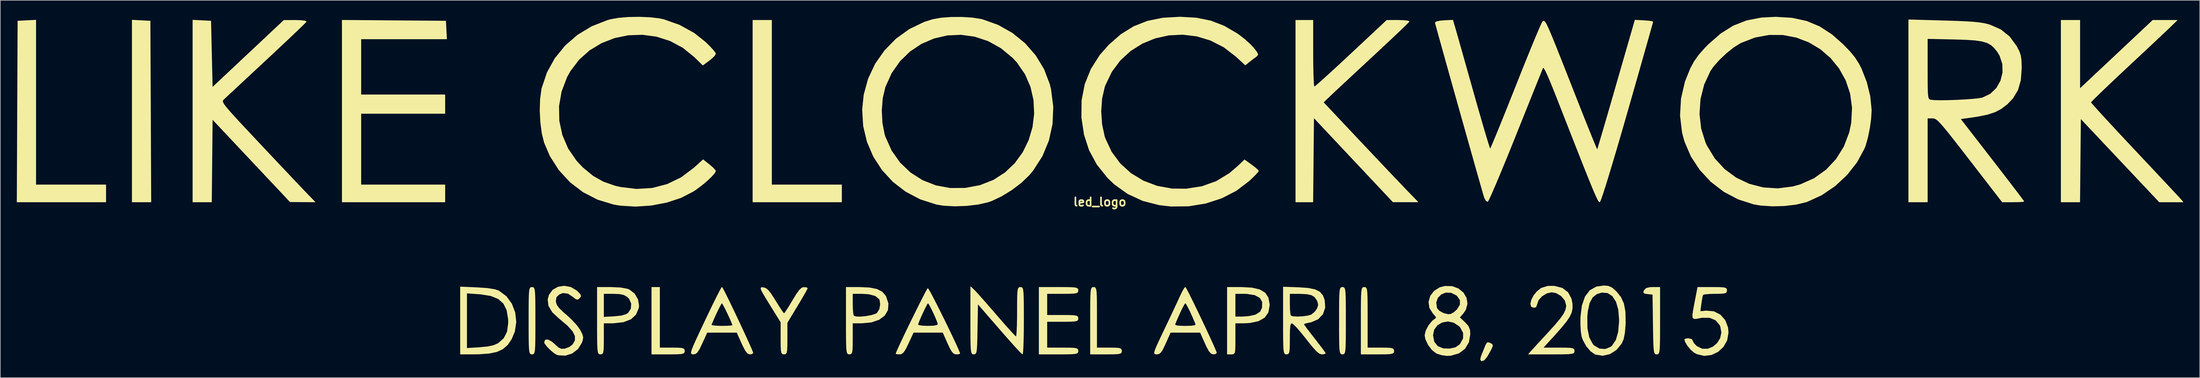
<source format=kicad_pcb>
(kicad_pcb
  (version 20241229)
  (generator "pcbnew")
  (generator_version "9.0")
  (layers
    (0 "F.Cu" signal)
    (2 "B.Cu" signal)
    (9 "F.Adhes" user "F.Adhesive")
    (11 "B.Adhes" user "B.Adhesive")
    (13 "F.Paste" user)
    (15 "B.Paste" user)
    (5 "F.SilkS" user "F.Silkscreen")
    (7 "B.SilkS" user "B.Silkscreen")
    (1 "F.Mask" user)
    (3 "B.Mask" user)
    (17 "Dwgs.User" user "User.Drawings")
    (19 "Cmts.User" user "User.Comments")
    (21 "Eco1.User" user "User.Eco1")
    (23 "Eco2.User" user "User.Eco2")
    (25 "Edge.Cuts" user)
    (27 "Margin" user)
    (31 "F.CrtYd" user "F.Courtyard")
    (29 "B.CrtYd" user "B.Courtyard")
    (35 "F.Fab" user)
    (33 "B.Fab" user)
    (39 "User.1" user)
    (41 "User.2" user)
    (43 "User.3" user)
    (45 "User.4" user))
  (footprint "led_logo"
    (layer "F.Cu")
    (at 196.481 33.658)
    (property "Reference" "led_logo" (at 0 0 0) (layer "F.SilkS") (effects (font (size 1.524 1.524) (thickness 0.3))))
    (attr through_hole)
    (fp_poly (pts (xy -172.151 0) (xy -173.847 0) (xy -175.542 0) (xy -175.542 -16.524) (xy -175.542 -33.048) (xy -173.919 -32.964) (xy -172.297 -32.879) (xy -172.224 -16.439) (xy -172.151 0)) (stroke (width 0.1) (type solid)) (fill yes) (layer "F.SilkS"))
    (fp_poly (pts (xy -180.34 0) (xy -188.386 0) (xy -196.431 0) (xy -196.358 -16.439) (xy -196.286 -32.879) (xy -194.663 -32.964) (xy -193.04 -33.048) (xy -193.04 -18.076) (xy -193.04 -3.104) (xy -186.69 -3.104) (xy -180.34 -3.104) (xy -180.34 -1.552) (xy -180.34 0)) (stroke (width 0.1) (type solid)) (fill yes) (layer "F.SilkS"))
    (fp_poly (pts (xy -46.849 0) (xy -54.892 0) (xy -62.936 0) (xy -62.936 -16.51) (xy -62.936 -33.02) (xy -61.242 -33.02) (xy -59.549 -33.02) (xy -59.549 -18.062) (xy -59.549 -3.104) (xy -53.199 -3.104) (xy -46.849 -3.104) (xy -46.849 -1.552) (xy -46.849 0)) (stroke (width 0.1) (type solid)) (fill yes) (layer "F.SilkS"))
    (fp_poly (pts (xy 71.255 26.156) (xy 71.063 26.638) (xy 70.86 27.033) (xy 70.22 28.147) (xy 69.706 28.755) (xy 69.287 28.894) (xy 69.236 28.879) (xy 69.074 28.634) (xy 69.204 28.059) (xy 69.34 27.712) (xy 69.693 26.855) (xy 69.989 26.109) (xy 70.022 26.024) (xy 70.284 25.577) (xy 70.669 25.599) (xy 70.836 25.681) (xy 71.18 25.898) (xy 71.255 26.156)) (stroke (width 0.1) (type solid)) (fill yes) (layer "F.SilkS"))
    (fp_poly (pts (xy -75.353 27.093) (xy -75.39 27.345) (xy -75.568 27.508) (xy -75.987 27.602) (xy -76.746 27.646) (xy -77.945 27.657) (xy -78.317 27.658) (xy -81.28 27.658) (xy -81.28 21.59) (xy -81.28 15.522) (xy -80.574 15.522) (xy -79.869 15.522) (xy -79.869 21.026) (xy -79.869 26.529) (xy -77.611 26.529) (xy -76.486 26.541) (xy -75.812 26.595) (xy -75.475 26.72) (xy -75.362 26.945) (xy -75.353 27.093)) (stroke (width 0.1) (type solid)) (fill yes) (layer "F.SilkS"))
    (fp_poly (pts (xy -118.505 -29.633) (xy -126.28 -29.633) (xy -134.056 -29.633) (xy -134.056 -24.553) (xy -134.056 -19.473) (xy -126.436 -19.473) (xy -118.816 -19.473) (xy -118.816 -17.78) (xy -118.816 -16.087) (xy -126.436 -16.087) (xy -134.056 -16.087) (xy -134.056 -9.596) (xy -134.056 -3.104) (xy -126.436 -3.104) (xy -118.816 -3.104) (xy -118.816 -1.552) (xy -118.816 0) (xy -128.129 0) (xy -137.442 0) (xy -137.442 -16.514) (xy -137.442 -33.028) (xy -128.058 -32.953) (xy -118.674 -32.879) (xy -118.59 -31.256) (xy -118.505 -29.633)) (stroke (width 0.1) (type solid)) (fill yes) (layer "F.SilkS"))
    (fp_poly (pts (xy 101.6 21.59) (xy 101.598 23.588) (xy 101.588 25.091) (xy 101.562 26.17) (xy 101.516 26.895) (xy 101.441 27.336) (xy 101.333 27.563) (xy 101.184 27.647) (xy 101.042 27.658) (xy 100.848 27.632) (xy 100.704 27.506) (xy 100.6 27.205) (xy 100.528 26.656) (xy 100.479 25.783) (xy 100.444 24.514) (xy 100.415 22.775) (xy 100.407 22.225) (xy 100.33 16.792) (xy 99.412 16.704) (xy 98.808 16.603) (xy 98.656 16.393) (xy 98.787 16.069) (xy 99.149 15.699) (xy 99.816 15.541) (xy 100.34 15.522) (xy 101.6 15.522) (xy 101.6 21.59)) (stroke (width 0.1) (type solid)) (fill yes) (layer "F.SilkS"))
    (fp_poly (pts (xy 3.951 27.093) (xy 3.912 27.35) (xy 3.728 27.515) (xy 3.296 27.607) (xy 2.514 27.648) (xy 1.28 27.658) (xy 1.129 27.658) (xy -1.693 27.658) (xy -1.693 21.59) (xy -1.691 19.593) (xy -1.681 18.09) (xy -1.656 17.011) (xy -1.61 16.286) (xy -1.536 15.845) (xy -1.427 15.617) (xy -1.278 15.533) (xy -1.129 15.522) (xy -0.935 15.545) (xy -0.792 15.662) (xy -0.691 15.947) (xy -0.625 16.474) (xy -0.587 17.316) (xy -0.57 18.547) (xy -0.565 20.24) (xy -0.564 21.026) (xy -0.564 26.529) (xy 1.693 26.529) (xy 2.818 26.541) (xy 3.492 26.595) (xy 3.829 26.72) (xy 3.943 26.945) (xy 3.951 27.093)) (stroke (width 0.1) (type solid)) (fill yes) (layer "F.SilkS"))
    (fp_poly (pts (xy 53.34 27.093) (xy 53.303 27.345) (xy 53.125 27.508) (xy 52.706 27.602) (xy 51.947 27.646) (xy 50.748 27.657) (xy 50.377 27.658) (xy 47.413 27.658) (xy 47.413 21.59) (xy 47.415 19.593) (xy 47.426 18.09) (xy 47.451 17.011) (xy 47.497 16.286) (xy 47.571 15.845) (xy 47.68 15.617) (xy 47.829 15.533) (xy 47.978 15.522) (xy 48.172 15.545) (xy 48.315 15.662) (xy 48.416 15.947) (xy 48.481 16.474) (xy 48.519 17.316) (xy 48.537 18.547) (xy 48.542 20.24) (xy 48.542 21.026) (xy 48.542 26.529) (xy 50.941 26.529) (xy 52.108 26.539) (xy 52.82 26.588) (xy 53.189 26.701) (xy 53.325 26.905) (xy 53.34 27.093)) (stroke (width 0.1) (type solid)) (fill yes) (layer "F.SilkS"))
    (fp_poly (pts (xy -102.447 21.59) (xy -102.449 23.587) (xy -102.459 25.09) (xy -102.484 26.169) (xy -102.53 26.894) (xy -102.604 27.335) (xy -102.713 27.563) (xy -102.862 27.647) (xy -103.011 27.658) (xy -103.197 27.637) (xy -103.337 27.527) (xy -103.437 27.258) (xy -103.504 26.76) (xy -103.546 25.963) (xy -103.567 24.796) (xy -103.575 23.189) (xy -103.576 21.59) (xy -103.574 19.593) (xy -103.563 18.09) (xy -103.538 17.011) (xy -103.492 16.286) (xy -103.418 15.845) (xy -103.309 15.617) (xy -103.16 15.533) (xy -103.011 15.522) (xy -102.825 15.543) (xy -102.686 15.653) (xy -102.585 15.922) (xy -102.518 16.42) (xy -102.477 17.217) (xy -102.456 18.384) (xy -102.448 19.991) (xy -102.447 21.59)) (stroke (width 0.1) (type solid)) (fill yes) (layer "F.SilkS"))
    (fp_poly (pts (xy 44.591 21.59) (xy 44.589 23.587) (xy 44.579 25.09) (xy 44.554 26.169) (xy 44.508 26.894) (xy 44.433 27.335) (xy 44.325 27.563) (xy 44.175 27.647) (xy 44.027 27.658) (xy 43.841 27.637) (xy 43.701 27.527) (xy 43.601 27.258) (xy 43.533 26.76) (xy 43.492 25.963) (xy 43.471 24.796) (xy 43.463 23.189) (xy 43.462 21.59) (xy 43.464 19.593) (xy 43.474 18.09) (xy 43.499 17.011) (xy 43.546 16.286) (xy 43.62 15.845) (xy 43.728 15.617) (xy 43.878 15.533) (xy 44.027 15.522) (xy 44.212 15.543) (xy 44.352 15.653) (xy 44.453 15.922) (xy 44.52 16.42) (xy 44.561 17.217) (xy 44.582 18.384) (xy 44.59 19.991) (xy 44.591 21.59)) (stroke (width 0.1) (type solid)) (fill yes) (layer "F.SilkS"))
    (fp_poly (pts (xy -105.918 21.826) (xy -106.174 23.557) (xy -106.759 24.95) (xy -107.278 25.7) (xy -107.278 22.014) (xy -107.298 21.274) (xy -107.561 19.677) (xy -108.151 18.465) (xy -109.116 17.599) (xy -110.501 17.039) (xy -112.353 16.744) (xy -112.608 16.725) (xy -114.864 16.57) (xy -114.864 21.589) (xy -114.864 26.608) (xy -112.48 26.46) (xy -111.001 26.316) (xy -109.936 26.081) (xy -109.14 25.72) (xy -109.124 25.71) (xy -108.1 24.806) (xy -107.492 23.59) (xy -107.278 22.014) (xy -107.278 25.7) (xy -107.466 25.973) (xy -108.315 26.715) (xy -109.398 27.216) (xy -110.81 27.511) (xy -112.642 27.639) (xy -113.524 27.651) (xy -115.993 27.658) (xy -115.993 21.554) (xy -115.993 15.45) (xy -112.959 15.579) (xy -111.078 15.711) (xy -109.745 15.925) (xy -109.05 16.165) (xy -107.701 17.169) (xy -106.71 18.521) (xy -106.106 20.11) (xy -105.918 21.826)) (stroke (width 0.1) (type solid)) (fill yes) (layer "F.SilkS"))
    (fp_poly (pts (xy 30.762 18.793) (xy 30.544 20.057) (xy 29.881 21.002) (xy 29.511 21.211) (xy 29.511 18.175) (xy 29.063 17.397) (xy 28.132 16.897) (xy 26.711 16.668) (xy 26.087 16.651) (xy 24.553 16.651) (xy 24.553 18.768) (xy 24.553 20.884) (xy 25.974 20.884) (xy 27.035 20.802) (xy 28.036 20.594) (xy 28.344 20.487) (xy 29.118 19.988) (xy 29.481 19.241) (xy 29.483 19.234) (xy 29.511 18.175) (xy 29.511 21.211) (xy 28.765 21.633) (xy 27.183 21.96) (xy 26.035 22.012) (xy 24.553 22.013) (xy 24.553 24.836) (xy 24.549 26.116) (xy 24.519 26.936) (xy 24.437 27.397) (xy 24.279 27.602) (xy 24.017 27.656) (xy 23.848 27.658) (xy 23.142 27.658) (xy 23.142 21.59) (xy 23.142 15.522) (xy 25.696 15.522) (xy 27.594 15.626) (xy 29.006 15.956) (xy 29.976 16.539) (xy 30.545 17.404) (xy 30.758 18.578) (xy 30.762 18.793)) (stroke (width 0.1) (type solid)) (fill yes) (layer "F.SilkS"))
    (fp_poly (pts (xy -83.64 18.888) (xy -83.69 19.275) (xy -84.179 20.45) (xy -84.966 21.177) (xy -84.966 18.466) (xy -85.345 17.59) (xy -85.693 17.236) (xy -86.306 16.88) (xy -87.107 16.7) (xy -88.233 16.651) (xy -90.029 16.651) (xy -90.029 18.8) (xy -90.029 20.948) (xy -88.074 20.838) (xy -86.781 20.703) (xy -85.931 20.456) (xy -85.534 20.198) (xy -85.025 19.399) (xy -84.966 18.466) (xy -84.966 21.177) (xy -85.089 21.291) (xy -86.436 21.807) (xy -88.24 22.008) (xy -88.547 22.012) (xy -90.029 22.013) (xy -90.029 24.836) (xy -90.037 26.12) (xy -90.073 26.942) (xy -90.16 27.405) (xy -90.316 27.609) (xy -90.563 27.658) (xy -90.593 27.658) (xy -90.779 27.637) (xy -90.919 27.527) (xy -91.019 27.258) (xy -91.087 26.76) (xy -91.128 25.963) (xy -91.149 24.796) (xy -91.157 23.189) (xy -91.158 21.59) (xy -91.158 15.522) (xy -88.731 15.522) (xy -86.955 15.6) (xy -85.708 15.835) (xy -85.366 15.967) (xy -84.432 16.692) (xy -83.825 17.728) (xy -83.64 18.888)) (stroke (width 0.1) (type solid)) (fill yes) (layer "F.SilkS"))
    (fp_poly (pts (xy -53.058 15.693) (xy -53.195 15.987) (xy -53.571 16.664) (xy -54.13 17.628) (xy -54.815 18.781) (xy -54.892 18.909) (xy -56.727 21.954) (xy -56.727 24.806) (xy -56.734 26.098) (xy -56.77 26.928) (xy -56.855 27.397) (xy -57.009 27.606) (xy -57.252 27.657) (xy -57.291 27.658) (xy -57.545 27.62) (xy -57.709 27.439) (xy -57.802 27.014) (xy -57.845 26.245) (xy -57.855 25.03) (xy -57.856 24.76) (xy -57.856 21.862) (xy -59.827 18.674) (xy -60.618 17.387) (xy -61.139 16.507) (xy -61.419 15.958) (xy -61.485 15.668) (xy -61.367 15.562) (xy -61.093 15.567) (xy -61.029 15.574) (xy -60.601 15.708) (xy -60.169 16.062) (xy -59.652 16.726) (xy -58.968 17.789) (xy -58.846 17.99) (xy -58.226 18.986) (xy -57.711 19.769) (xy -57.371 20.235) (xy -57.281 20.318) (xy -57.084 20.091) (xy -56.674 19.479) (xy -56.121 18.587) (xy -55.729 17.926) (xy -55.017 16.76) (xy -54.484 16.024) (xy -54.063 15.639) (xy -53.693 15.527) (xy -53.197 15.588) (xy -53.058 15.693)) (stroke (width 0.1) (type solid)) (fill yes) (layer "F.SilkS"))
    (fp_poly (pts (xy -3.951 27.093) (xy -3.983 27.328) (xy -4.141 27.486) (xy -4.515 27.584) (xy -5.199 27.635) (xy -6.283 27.655) (xy -7.479 27.658) (xy -11.007 27.658) (xy -11.007 21.59) (xy -11.007 15.522) (xy -7.479 15.522) (xy -6.015 15.527) (xy -5.024 15.553) (xy -4.413 15.613) (xy -4.092 15.722) (xy -3.969 15.895) (xy -3.951 16.087) (xy -3.99 16.344) (xy -4.174 16.508) (xy -4.606 16.6) (xy -5.388 16.641) (xy -6.622 16.651) (xy -6.773 16.651) (xy -9.596 16.651) (xy -9.596 18.627) (xy -9.596 20.602) (xy -6.773 20.602) (xy -5.489 20.61) (xy -4.667 20.647) (xy -4.204 20.733) (xy -4 20.89) (xy -3.951 21.136) (xy -3.951 21.167) (xy -3.99 21.424) (xy -4.174 21.588) (xy -4.606 21.68) (xy -5.388 21.721) (xy -6.622 21.731) (xy -6.773 21.731) (xy -9.596 21.731) (xy -9.596 24.13) (xy -9.596 26.529) (xy -6.773 26.529) (xy -5.489 26.537) (xy -4.667 26.573) (xy -4.204 26.66) (xy -4 26.816) (xy -3.951 27.063) (xy -3.951 27.093)) (stroke (width 0.1) (type solid)) (fill yes) (layer "F.SilkS"))
    (fp_poly (pts (xy -38.394 18.481) (xy -38.481 19.641) (xy -39.045 20.618) (xy -39.789 21.174) (xy -39.789 18.614) (xy -39.914 17.792) (xy -40.009 17.611) (xy -40.724 17.042) (xy -41.934 16.723) (xy -43.161 16.651) (xy -44.873 16.651) (xy -44.873 18.58) (xy -44.844 19.581) (xy -44.768 20.351) (xy -44.662 20.723) (xy -44.199 20.874) (xy -43.381 20.891) (xy -42.394 20.797) (xy -41.425 20.615) (xy -40.661 20.368) (xy -40.374 20.193) (xy -39.956 19.511) (xy -39.789 18.614) (xy -39.789 21.174) (xy -40.049 21.368) (xy -41.452 21.848) (xy -43.186 22.013) (xy -44.873 22.013) (xy -44.873 24.836) (xy -44.881 26.12) (xy -44.918 26.942) (xy -45.004 27.405) (xy -45.161 27.609) (xy -45.408 27.658) (xy -45.438 27.658) (xy -45.624 27.637) (xy -45.763 27.527) (xy -45.864 27.258) (xy -45.931 26.76) (xy -45.972 25.963) (xy -45.993 24.796) (xy -46.001 23.189) (xy -46.002 21.59) (xy -46.002 15.522) (xy -43.594 15.522) (xy -41.788 15.606) (xy -40.45 15.874) (xy -39.507 16.353) (xy -38.886 17.067) (xy -38.824 17.179) (xy -38.394 18.481)) (stroke (width 0.1) (type solid)) (fill yes) (layer "F.SilkS"))
    (fp_poly (pts (xy 196.514 0) (xy 194.373 0) (xy 192.231 0) (xy 185.086 -7.592) (xy 177.941 -15.184) (xy 177.866 -7.592) (xy 177.791 0) (xy 176.102 0) (xy 174.413 0) (xy 174.413 -16.51) (xy 174.413 -33.02) (xy 176.107 -33.02) (xy 177.8 -33.02) (xy 177.8 -26.791) (xy 177.8 -20.561) (xy 184.423 -26.791) (xy 191.046 -33.02) (xy 193.239 -33.02) (xy 195.431 -33.02) (xy 194.165 -31.789) (xy 193.643 -31.29) (xy 192.77 -30.464) (xy 191.61 -29.371) (xy 190.224 -28.069) (xy 188.674 -26.618) (xy 187.025 -25.075) (xy 186.337 -24.433) (xy 184.736 -22.932) (xy 183.277 -21.552) (xy 182.007 -20.339) (xy 180.978 -19.342) (xy 180.237 -18.607) (xy 179.835 -18.183) (xy 179.776 -18.099) (xy 179.963 -17.855) (xy 180.496 -17.245) (xy 181.336 -16.314) (xy 182.441 -15.106) (xy 183.77 -13.666) (xy 185.283 -12.038) (xy 186.939 -10.267) (xy 187.607 -9.555) (xy 189.331 -7.72) (xy 190.949 -5.994) (xy 192.419 -4.426) (xy 193.694 -3.063) (xy 194.732 -1.952) (xy 195.486 -1.142) (xy 195.914 -0.679) (xy 195.977 -0.609) (xy 196.514 0)) (stroke (width 0.1) (type solid)) (fill yes) (layer "F.SilkS"))
    (fp_poly (pts (xy -142.399 0) (xy -144.648 -0.016) (xy -146.897 -0.032) (xy -153.952 -7.544) (xy -161.008 -15.056) (xy -161.083 -7.528) (xy -161.158 0) (xy -162.847 0) (xy -164.536 0) (xy -164.536 -16.524) (xy -164.536 -33.048) (xy -162.913 -32.964) (xy -161.29 -32.879) (xy -161.149 -26.84) (xy -161.008 -20.801) (xy -154.517 -26.905) (xy -148.026 -33.008) (xy -145.956 -33.014) (xy -144.973 -32.987) (xy -144.27 -32.908) (xy -143.98 -32.796) (xy -143.98 -32.775) (xy -144.202 -32.532) (xy -144.79 -31.95) (xy -145.696 -31.076) (xy -146.873 -29.956) (xy -148.272 -28.633) (xy -149.847 -27.156) (xy -151.271 -25.825) (xy -152.977 -24.236) (xy -154.568 -22.753) (xy -155.993 -21.424) (xy -157.201 -20.297) (xy -158.141 -19.42) (xy -158.76 -18.841) (xy -158.991 -18.625) (xy -159.115 -18.481) (xy -159.16 -18.307) (xy -159.094 -18.061) (xy -158.882 -17.701) (xy -158.489 -17.184) (xy -157.882 -16.47) (xy -157.025 -15.515) (xy -155.886 -14.278) (xy -154.429 -12.717) (xy -152.621 -10.789) (xy -152.525 -10.687) (xy -150.842 -8.896) (xy -149.215 -7.167) (xy -147.7 -5.56) (xy -146.355 -4.136) (xy -145.236 -2.954) (xy -144.4 -2.074) (xy -143.967 -1.623) (xy -142.399 0)) (stroke (width 0.1) (type solid)) (fill yes) (layer "F.SilkS"))
    (fp_poly (pts (xy 95.357 21.782) (xy 95.337 22.313) (xy 95.213 23.831) (xy 94.989 24.924) (xy 94.656 25.699) (xy 94.261 26.187) (xy 94.261 21.384) (xy 94.114 19.557) (xy 93.691 18.112) (xy 93.022 17.086) (xy 92.138 16.513) (xy 91.069 16.428) (xy 90.162 16.706) (xy 89.373 17.32) (xy 88.822 18.359) (xy 88.491 19.863) (xy 88.398 20.884) (xy 88.42 22.973) (xy 88.754 24.634) (xy 89.393 25.844) (xy 89.666 26.137) (xy 90.637 26.703) (xy 91.698 26.788) (xy 92.686 26.392) (xy 92.982 26.142) (xy 93.671 25.111) (xy 94.093 23.648) (xy 94.258 21.718) (xy 94.261 21.384) (xy 94.261 26.187) (xy 93.712 26.862) (xy 92.536 27.613) (xy 91.24 27.906) (xy 89.938 27.695) (xy 89.865 27.667) (xy 89.062 27.109) (xy 88.286 26.183) (xy 87.676 25.072) (xy 87.466 24.47) (xy 87.327 23.616) (xy 87.251 22.428) (xy 87.25 21.137) (xy 87.26 20.884) (xy 87.518 18.812) (xy 88.076 17.216) (xy 88.936 16.091) (xy 90.102 15.435) (xy 91.446 15.24) (xy 92.253 15.312) (xy 92.897 15.601) (xy 93.616 16.221) (xy 93.704 16.309) (xy 94.517 17.319) (xy 95.043 18.492) (xy 95.313 19.942) (xy 95.357 21.782)) (stroke (width 0.1) (type solid)) (fill yes) (layer "F.SilkS"))
    (fp_poly (pts (xy 57.699 0) (xy 55.449 -0.005) (xy 53.199 -0.01) (xy 46.002 -7.676) (xy 38.806 -15.342) (xy 38.73 -7.671) (xy 38.655 0) (xy 37.108 0) (xy 35.56 0) (xy 35.56 -16.51) (xy 35.56 -33.02) (xy 37.112 -33.02) (xy 38.664 -33.02) (xy 38.664 -26.952) (xy 38.675 -25.17) (xy 38.703 -23.595) (xy 38.747 -22.308) (xy 38.803 -21.392) (xy 38.868 -20.926) (xy 38.895 -20.884) (xy 39.15 -21.071) (xy 39.764 -21.598) (xy 40.686 -22.42) (xy 41.864 -23.491) (xy 43.248 -24.763) (xy 44.786 -26.192) (xy 45.597 -26.951) (xy 52.07 -33.017) (xy 54.14 -33.019) (xy 55.123 -32.99) (xy 55.825 -32.914) (xy 56.116 -32.806) (xy 56.115 -32.786) (xy 55.893 -32.545) (xy 55.305 -31.967) (xy 54.402 -31.1) (xy 53.233 -29.99) (xy 51.847 -28.686) (xy 50.293 -27.233) (xy 49.248 -26.26) (xy 47.566 -24.697) (xy 45.977 -23.217) (xy 44.538 -21.875) (xy 43.307 -20.725) (xy 42.343 -19.821) (xy 41.703 -19.218) (xy 41.512 -19.035) (xy 40.549 -18.103) (xy 47.275 -10.957) (xy 48.946 -9.182) (xy 50.578 -7.454) (xy 52.108 -5.835) (xy 53.476 -4.392) (xy 54.62 -3.189) (xy 55.478 -2.291) (xy 55.85 -1.905) (xy 57.699 0)) (stroke (width 0.1) (type solid)) (fill yes) (layer "F.SilkS"))
    (fp_poly (pts (xy 86.078 27.093) (xy 86.05 27.312) (xy 85.908 27.466) (xy 85.57 27.566) (xy 84.949 27.623) (xy 83.96 27.65) (xy 82.521 27.658) (xy 81.933 27.658) (xy 77.788 27.658) (xy 78.49 26.882) (xy 78.968 26.359) (xy 79.718 25.542) (xy 80.63 24.552) (xy 81.411 23.707) (xy 82.68 22.301) (xy 83.588 21.204) (xy 84.187 20.34) (xy 84.527 19.632) (xy 84.659 19.002) (xy 84.666 18.817) (xy 84.411 17.893) (xy 83.747 17.084) (xy 82.828 16.532) (xy 81.986 16.369) (xy 81.07 16.578) (xy 80.207 17.111) (xy 79.562 17.829) (xy 79.305 18.593) (xy 79.304 18.605) (xy 79.116 19.091) (xy 78.74 19.191) (xy 78.294 18.999) (xy 78.175 18.5) (xy 78.336 17.808) (xy 78.731 17.039) (xy 79.313 16.308) (xy 80.035 15.729) (xy 80.185 15.646) (xy 81.299 15.31) (xy 82.482 15.311) (xy 83.892 15.675) (xy 84.917 16.449) (xy 85.537 17.609) (xy 85.709 18.53) (xy 85.721 19.31) (xy 85.583 20.037) (xy 85.242 20.802) (xy 84.65 21.692) (xy 83.755 22.796) (xy 82.508 24.202) (xy 82.46 24.255) (xy 80.395 26.529) (xy 83.236 26.529) (xy 84.526 26.537) (xy 85.353 26.573) (xy 85.82 26.658) (xy 86.027 26.813) (xy 86.077 27.057) (xy 86.078 27.093)) (stroke (width 0.1) (type solid)) (fill yes) (layer "F.SilkS"))
    (fp_poly (pts (xy -93.775 24.647) (xy -93.881 25.213) (xy -94.022 25.607) (xy -94.713 26.711) (xy -95.744 27.496) (xy -96.965 27.891) (xy -98.228 27.825) (xy -98.496 27.742) (xy -99.013 27.43) (xy -99.651 26.89) (xy -100.254 26.276) (xy -100.664 25.745) (xy -100.753 25.516) (xy -100.578 25.092) (xy -100.112 25.066) (xy -99.449 25.418) (xy -98.927 25.872) (xy -98.255 26.48) (xy -97.731 26.736) (xy -97.149 26.728) (xy -97.008 26.703) (xy -96.204 26.395) (xy -95.603 25.932) (xy -95.177 25.168) (xy -95.176 24.364) (xy -95.623 23.474) (xy -96.541 22.454) (xy -97.953 21.259) (xy -98.06 21.176) (xy -99.297 20.019) (xy -99.98 18.875) (xy -100.117 17.724) (xy -99.907 16.935) (xy -99.256 16.022) (xy -98.292 15.47) (xy -97.156 15.295) (xy -95.983 15.516) (xy -94.912 16.151) (xy -94.791 16.262) (xy -94.288 16.792) (xy -94.167 17.131) (xy -94.372 17.446) (xy -94.394 17.468) (xy -94.743 17.717) (xy -95.1 17.602) (xy -95.456 17.303) (xy -96.464 16.625) (xy -97.408 16.503) (xy -98.103 16.786) (xy -98.623 17.293) (xy -98.735 17.989) (xy -98.724 18.134) (xy -98.574 18.687) (xy -98.179 19.268) (xy -97.455 19.986) (xy -96.802 20.547) (xy -95.839 21.434) (xy -94.97 22.379) (xy -94.361 23.201) (xy -94.295 23.316) (xy -93.903 24.098) (xy -93.775 24.647)) (stroke (width 0.1) (type solid)) (fill yes) (layer "F.SilkS"))
    (fp_poly (pts (xy -13.829 21.59) (xy -13.838 23.371) (xy -13.864 24.943) (xy -13.905 26.226) (xy -13.956 27.138) (xy -14.016 27.599) (xy -14.041 27.639) (xy -14.28 27.429) (xy -14.829 26.853) (xy -15.632 25.973) (xy -16.631 24.852) (xy -17.771 23.553) (xy -18.203 23.054) (xy -22.154 18.487) (xy -22.232 23.073) (xy -22.264 24.777) (xy -22.302 25.997) (xy -22.357 26.814) (xy -22.439 27.308) (xy -22.56 27.559) (xy -22.732 27.649) (xy -22.867 27.658) (xy -23.05 27.636) (xy -23.188 27.522) (xy -23.287 27.248) (xy -23.354 26.743) (xy -23.394 25.937) (xy -23.415 24.761) (xy -23.423 23.145) (xy -23.424 21.541) (xy -23.424 15.424) (xy -22.789 16.025) (xy -22.405 16.429) (xy -21.726 17.181) (xy -20.825 18.201) (xy -19.775 19.406) (xy -18.768 20.574) (xy -17.684 21.826) (xy -16.72 22.916) (xy -15.939 23.776) (xy -15.401 24.34) (xy -15.169 24.538) (xy -15.098 24.277) (xy -15.037 23.545) (xy -14.99 22.438) (xy -14.963 21.047) (xy -14.958 20.038) (xy -14.954 18.349) (xy -14.938 17.144) (xy -14.898 16.341) (xy -14.824 15.858) (xy -14.706 15.615) (xy -14.535 15.531) (xy -14.393 15.522) (xy -14.208 15.543) (xy -14.068 15.653) (xy -13.967 15.922) (xy -13.9 16.42) (xy -13.859 17.217) (xy -13.838 18.384) (xy -13.83 19.991) (xy -13.829 21.59)) (stroke (width 0.1) (type solid)) (fill yes) (layer "F.SilkS"))
    (fp_poly (pts (xy -25.4 27.552) (xy -25.641 27.634) (xy -26.051 27.658) (xy -26.434 27.567) (xy -26.786 27.225) (xy -27.185 26.532) (xy -27.58 25.682) (xy -28.458 23.707) (xy -29.351 23.707) (xy -29.351 22.225) (xy -29.462 21.814) (xy -29.744 21.102) (xy -30.125 20.246) (xy -30.533 19.4) (xy -30.893 18.722) (xy -31.134 18.365) (xy -31.171 18.344) (xy -31.347 18.579) (xy -31.669 19.182) (xy -32.066 20) (xy -32.467 20.88) (xy -32.801 21.667) (xy -32.996 22.21) (xy -33.02 22.335) (xy -32.763 22.458) (xy -32.089 22.546) (xy -31.186 22.578) (xy -30.081 22.535) (xy -29.489 22.401) (xy -29.351 22.225) (xy -29.351 23.707) (xy -31.14 23.707) (xy -33.822 23.707) (xy -34.733 25.682) (xy -35.24 26.717) (xy -35.631 27.323) (xy -35.988 27.602) (xy -36.307 27.658) (xy -36.818 27.626) (xy -36.971 27.57) (xy -36.853 27.241) (xy -36.527 26.503) (xy -36.035 25.442) (xy -35.421 24.147) (xy -34.727 22.703) (xy -33.995 21.2) (xy -33.268 19.722) (xy -32.589 18.359) (xy -32 17.197) (xy -31.544 16.324) (xy -31.263 15.826) (xy -31.199 15.745) (xy -31.033 15.97) (xy -30.668 16.619) (xy -30.148 17.608) (xy -29.514 18.849) (xy -28.809 20.257) (xy -28.074 21.746) (xy -27.353 23.23) (xy -26.687 24.622) (xy -26.118 25.838) (xy -25.69 26.79) (xy -25.443 27.394) (xy -25.4 27.552)) (stroke (width 0.1) (type solid)) (fill yes) (layer "F.SilkS"))
    (fp_poly (pts (xy 114.017 23.735) (xy 113.774 25.137) (xy 113.112 26.318) (xy 112.134 27.218) (xy 110.943 27.776) (xy 109.642 27.93) (xy 108.334 27.618) (xy 107.893 27.387) (xy 107.251 26.851) (xy 106.644 26.12) (xy 106.222 25.397) (xy 106.116 24.991) (xy 106.358 24.874) (xy 106.821 24.836) (xy 107.379 24.976) (xy 107.527 25.238) (xy 107.732 25.673) (xy 108.234 26.197) (xy 108.303 26.253) (xy 109.285 26.731) (xy 110.295 26.739) (xy 111.243 26.361) (xy 112.04 25.679) (xy 112.596 24.776) (xy 112.821 23.734) (xy 112.626 22.638) (xy 112.504 22.37) (xy 111.749 21.471) (xy 110.658 21.013) (xy 109.262 21.006) (xy 108.903 21.069) (xy 108.253 21.2) (xy 107.83 21.222) (xy 107.608 21.05) (xy 107.563 20.6) (xy 107.67 19.789) (xy 107.905 18.533) (xy 108.005 18.016) (xy 108.483 15.522) (xy 111.109 15.522) (xy 112.34 15.531) (xy 113.113 15.573) (xy 113.532 15.67) (xy 113.704 15.846) (xy 113.736 16.087) (xy 113.685 16.376) (xy 113.456 16.546) (xy 112.93 16.626) (xy 111.991 16.65) (xy 111.636 16.651) (xy 110.606 16.678) (xy 109.82 16.747) (xy 109.426 16.846) (xy 109.41 16.863) (xy 109.303 17.245) (xy 109.168 17.987) (xy 109.093 18.495) (xy 108.902 19.915) (xy 110.012 19.809) (xy 111.396 19.93) (xy 112.561 20.522) (xy 113.431 21.51) (xy 113.928 22.819) (xy 114.017 23.735)) (stroke (width 0.1) (type solid)) (fill yes) (layer "F.SilkS"))
    (fp_poly (pts (xy -62.931 27.446) (xy -63.172 27.618) (xy -63.501 27.658) (xy -63.873 27.516) (xy -64.268 27.034) (xy -64.745 26.129) (xy -64.95 25.682) (xy -65.833 23.707) (xy -66.604 23.707) (xy -66.604 22.439) (xy -66.716 22.074) (xy -67.003 21.387) (xy -67.393 20.53) (xy -67.816 19.651) (xy -68.2 18.901) (xy -68.474 18.431) (xy -68.555 18.344) (xy -68.743 18.587) (xy -69.095 19.24) (xy -69.557 20.194) (xy -70.076 21.341) (xy -70.509 22.352) (xy -70.299 22.462) (xy -69.657 22.543) (xy -68.718 22.577) (xy -68.604 22.578) (xy -67.623 22.56) (xy -66.91 22.513) (xy -66.607 22.446) (xy -66.604 22.439) (xy -66.604 23.707) (xy -68.547 23.708) (xy -71.261 23.71) (xy -72.156 25.684) (xy -72.646 26.708) (xy -73.023 27.308) (xy -73.37 27.59) (xy -73.754 27.658) (xy -73.967 27.64) (xy -74.091 27.545) (xy -74.106 27.315) (xy -73.99 26.887) (xy -73.722 26.203) (xy -73.279 25.202) (xy -72.641 23.824) (xy -71.786 22.008) (xy -71.589 21.591) (xy -70.779 19.89) (xy -70.043 18.374) (xy -69.417 17.111) (xy -68.936 16.174) (xy -68.635 15.631) (xy -68.553 15.523) (xy -68.397 15.765) (xy -68.047 16.434) (xy -67.546 17.442) (xy -66.933 18.703) (xy -66.25 20.129) (xy -65.538 21.634) (xy -64.837 23.131) (xy -64.19 24.532) (xy -63.636 25.752) (xy -63.218 26.701) (xy -62.975 27.295) (xy -62.931 27.446)) (stroke (width 0.1) (type solid)) (fill yes) (layer "F.SilkS"))
    (fp_poly (pts (xy 21.169 27.446) (xy 20.929 27.616) (xy 20.579 27.658) (xy 20.207 27.533) (xy 19.83 27.099) (xy 19.38 26.264) (xy 19.113 25.682) (xy 18.236 23.707) (xy 17.43 23.707) (xy 17.43 22.296) (xy 17.416 22.225) (xy 16.899 20.991) (xy 16.395 19.879) (xy 15.958 19) (xy 15.642 18.461) (xy 15.522 18.344) (xy 15.318 18.588) (xy 14.958 19.247) (xy 14.494 20.212) (xy 13.98 21.374) (xy 13.628 22.225) (xy 13.705 22.418) (xy 14.176 22.53) (xy 15.112 22.575) (xy 15.522 22.578) (xy 16.623 22.551) (xy 17.235 22.462) (xy 17.43 22.296) (xy 17.43 23.707) (xy 15.522 23.707) (xy 12.809 23.707) (xy 11.931 25.682) (xy 11.451 26.705) (xy 11.084 27.304) (xy 10.742 27.586) (xy 10.342 27.658) (xy 10.337 27.658) (xy 10.085 27.643) (xy 9.941 27.551) (xy 9.928 27.312) (xy 10.067 26.855) (xy 10.38 26.109) (xy 10.89 25.005) (xy 11.619 23.47) (xy 11.725 23.248) (xy 12.482 21.655) (xy 13.214 20.105) (xy 13.86 18.727) (xy 14.36 17.648) (xy 14.573 17.18) (xy 14.983 16.329) (xy 15.323 15.73) (xy 15.51 15.522) (xy 15.67 15.764) (xy 16.024 16.433) (xy 16.531 17.441) (xy 17.149 18.701) (xy 17.837 20.127) (xy 18.554 21.632) (xy 19.258 23.128) (xy 19.909 24.53) (xy 20.464 25.749) (xy 20.884 26.7) (xy 21.126 27.295) (xy 21.169 27.446)) (stroke (width 0.1) (type solid)) (fill yes) (layer "F.SilkS"))
    (fp_poly (pts (xy 28.787 -5.627) (xy 28.593 -5.354) (xy 28.079 -4.806) (xy 27.343 -4.088) (xy 27.09 -3.853) (xy 24.771 -2.08) (xy 22.115 -0.709) (xy 19.202 0.239) (xy 16.112 0.742) (xy 12.926 0.778) (xy 10.794 0.534) (xy 7.804 -0.235) (xy 5.081 -1.495) (xy 2.651 -3.232) (xy 1.421 -4.415) (xy -0.484 -6.801) (xy -1.888 -9.386) (xy -2.813 -12.225) (xy -3.284 -15.356) (xy -3.255 -18.448) (xy -2.686 -21.381) (xy -1.584 -24.138) (xy 0.045 -26.7) (xy 1.661 -28.537) (xy 3.853 -30.45) (xy 6.156 -31.881) (xy 8.65 -32.863) (xy 11.421 -33.428) (xy 14.543 -33.608) (xy 17.504 -33.439) (xy 20.131 -32.908) (xy 22.555 -31.973) (xy 24.905 -30.597) (xy 25.282 -30.333) (xy 26.301 -29.536) (xy 27.267 -28.663) (xy 27.949 -27.929) (xy 28.468 -27.247) (xy 28.665 -26.852) (xy 28.576 -26.599) (xy 28.33 -26.403) (xy 27.715 -25.946) (xy 27.099 -25.462) (xy 26.399 -24.895) (xy 24.707 -26.462) (xy 22.494 -28.165) (xy 20.104 -29.388) (xy 17.6 -30.146) (xy 15.045 -30.454) (xy 12.501 -30.326) (xy 10.03 -29.776) (xy 7.695 -28.82) (xy 5.558 -27.472) (xy 3.683 -25.747) (xy 2.131 -23.658) (xy 0.965 -21.222) (xy 0.844 -20.877) (xy 0.369 -18.796) (xy 0.21 -16.466) (xy 0.366 -14.102) (xy 0.835 -11.921) (xy 0.946 -11.582) (xy 2.086 -9.125) (xy 3.656 -6.991) (xy 5.6 -5.215) (xy 7.863 -3.831) (xy 10.389 -2.875) (xy 13.123 -2.381) (xy 15.663 -2.357) (xy 18.533 -2.801) (xy 21.13 -3.732) (xy 23.5 -5.168) (xy 25.051 -6.491) (xy 26.255 -7.649) (xy 27.521 -6.74) (xy 28.218 -6.205) (xy 28.678 -5.788) (xy 28.787 -5.627)) (stroke (width 0.1) (type solid)) (fill yes) (layer "F.SilkS"))
    (fp_poly (pts (xy 40.922 27.509) (xy 40.681 27.624) (xy 40.263 27.658) (xy 39.879 27.541) (xy 39.381 27.151) (xy 38.711 26.43) (xy 37.809 25.317) (xy 37.436 24.836) (xy 36.58 23.763) (xy 35.814 22.878) (xy 35.217 22.266) (xy 34.867 22.015) (xy 34.85 22.013) (xy 34.654 22.11) (xy 34.529 22.461) (xy 34.459 23.159) (xy 34.433 24.295) (xy 34.431 24.836) (xy 34.423 26.12) (xy 34.387 26.942) (xy 34.3 27.405) (xy 34.144 27.609) (xy 33.897 27.658) (xy 33.867 27.658) (xy 33.681 27.637) (xy 33.542 27.527) (xy 33.441 27.259) (xy 33.374 26.762) (xy 33.333 25.967) (xy 33.311 24.803) (xy 33.303 23.2) (xy 33.302 21.564) (xy 33.302 15.469) (xy 36.105 15.566) (xy 37.811 15.687) (xy 39.045 15.94) (xy 39.892 16.367) (xy 40.438 17.009) (xy 40.751 17.839) (xy 40.846 19.203) (xy 40.443 20.377) (xy 39.667 21.201) (xy 39.667 18.75) (xy 39.545 18.143) (xy 39.393 17.824) (xy 38.998 17.261) (xy 38.438 16.908) (xy 37.589 16.721) (xy 36.325 16.657) (xy 36.054 16.655) (xy 34.431 16.651) (xy 34.431 18.58) (xy 34.457 19.575) (xy 34.524 20.335) (xy 34.619 20.696) (xy 34.619 20.696) (xy 35.055 20.837) (xy 35.846 20.882) (xy 36.791 20.84) (xy 37.693 20.721) (xy 38.351 20.535) (xy 38.382 20.519) (xy 39.036 19.992) (xy 39.452 19.403) (xy 39.667 18.75) (xy 39.667 21.201) (xy 39.595 21.277) (xy 38.36 21.819) (xy 38.082 21.875) (xy 37.384 22.025) (xy 36.998 22.171) (xy 36.971 22.207) (xy 37.136 22.472) (xy 37.582 23.085) (xy 38.24 23.949) (xy 38.947 24.855) (xy 39.734 25.865) (xy 40.372 26.708) (xy 40.791 27.289) (xy 40.922 27.509)) (stroke (width 0.1) (type solid)) (fill yes) (layer "F.SilkS"))
    (fp_poly (pts (xy 67.168 24.022) (xy 66.921 25.489) (xy 66.222 26.661) (xy 65.964 26.855) (xy 65.964 23.786) (xy 65.421 22.78) (xy 65.215 22.556) (xy 64.24 21.902) (xy 63.169 21.683) (xy 62.126 21.853) (xy 61.235 22.372) (xy 60.62 23.194) (xy 60.405 24.239) (xy 60.634 25.428) (xy 61.279 26.247) (xy 62.313 26.672) (xy 63.491 26.705) (xy 64.549 26.47) (xy 65.298 25.943) (xy 65.396 25.835) (xy 65.957 24.825) (xy 65.964 23.786) (xy 65.964 26.855) (xy 65.13 27.481) (xy 63.706 27.895) (xy 63.015 27.934) (xy 62.03 27.808) (xy 61.11 27.513) (xy 61.075 27.496) (xy 60.295 26.884) (xy 59.594 25.956) (xy 59.114 24.937) (xy 58.985 24.233) (xy 59.183 23.398) (xy 59.677 22.46) (xy 60.32 21.666) (xy 60.661 21.394) (xy 61.003 21.142) (xy 61.02 20.892) (xy 60.681 20.472) (xy 60.465 20.245) (xy 59.839 19.246) (xy 59.696 18.168) (xy 59.987 17.121) (xy 60.663 16.219) (xy 61.675 15.571) (xy 62.604 15.324) (xy 63.939 15.361) (xy 65.073 15.789) (xy 65.946 16.518) (xy 66.493 17.455) (xy 66.653 18.508) (xy 66.363 19.586) (xy 65.937 20.218) (xy 65.384 20.861) (xy 65.384 18.675) (xy 65.378 17.808) (xy 64.827 17.032) (xy 64.732 16.954) (xy 63.756 16.464) (xy 62.783 16.425) (xy 61.923 16.765) (xy 61.289 17.408) (xy 60.989 18.283) (xy 61.134 19.316) (xy 61.143 19.341) (xy 61.575 19.83) (xy 62.325 20.235) (xy 63.147 20.449) (xy 63.641 20.425) (xy 64.226 20.114) (xy 64.84 19.577) (xy 64.841 19.576) (xy 65.384 18.675) (xy 65.384 20.861) (xy 65.269 20.994) (xy 66.219 21.89) (xy 66.841 22.577) (xy 67.114 23.247) (xy 67.168 24.022)) (stroke (width 0.1) (type solid)) (fill yes) (layer "F.SilkS"))
    (fp_poly (pts (xy -69.709 -5.621) (xy -69.922 -5.215) (xy -70.493 -4.579) (xy -71.316 -3.807) (xy -72.289 -2.995) (xy -73.307 -2.236) (xy -73.726 -1.955) (xy -75.959 -0.797) (xy -78.545 0.063) (xy -81.342 0.602) (xy -84.21 0.797) (xy -87.008 0.625) (xy -88.194 0.424) (xy -91.078 -0.452) (xy -93.726 -1.815) (xy -96.086 -3.616) (xy -98.103 -5.808) (xy -99.723 -8.342) (xy -100.774 -10.803) (xy -101.187 -12.475) (xy -101.451 -14.485) (xy -101.556 -16.627) (xy -101.494 -18.693) (xy -101.255 -20.474) (xy -101.21 -20.673) (xy -100.261 -23.507) (xy -98.832 -26.095) (xy -96.97 -28.387) (xy -94.724 -30.337) (xy -92.142 -31.895) (xy -89.272 -33.014) (xy -88.759 -33.157) (xy -87.305 -33.418) (xy -85.497 -33.566) (xy -83.533 -33.6) (xy -81.612 -33.519) (xy -79.933 -33.324) (xy -79.163 -33.163) (xy -76.253 -32.138) (xy -73.61 -30.673) (xy -71.595 -29.075) (xy -70.762 -28.258) (xy -70.118 -27.554) (xy -69.755 -27.068) (xy -69.709 -26.944) (xy -69.92 -26.578) (xy -70.46 -26.049) (xy -70.865 -25.727) (xy -72.021 -24.877) (xy -73.527 -26.359) (xy -75.632 -28.065) (xy -77.954 -29.306) (xy -80.424 -30.093) (xy -82.974 -30.436) (xy -85.535 -30.346) (xy -88.038 -29.834) (xy -90.415 -28.911) (xy -92.597 -27.588) (xy -94.515 -25.875) (xy -96.1 -23.784) (xy -96.692 -22.712) (xy -97.689 -20.096) (xy -98.157 -17.417) (xy -98.107 -14.744) (xy -97.551 -12.146) (xy -96.502 -9.693) (xy -94.971 -7.453) (xy -93.787 -6.202) (xy -91.96 -4.703) (xy -90.088 -3.638) (xy -87.965 -2.9) (xy -87.019 -2.676) (xy -84.049 -2.313) (xy -81.184 -2.493) (xy -78.462 -3.205) (xy -75.92 -4.44) (xy -73.597 -6.187) (xy -73.562 -6.218) (xy -71.972 -7.672) (xy -70.84 -6.775) (xy -70.194 -6.217) (xy -69.785 -5.773) (xy -69.709 -5.621)) (stroke (width 0.1) (type solid)) (fill yes) (layer "F.SilkS"))
    (fp_poly (pts (xy -8.491 -17.276) (xy -8.625 -14.159) (xy -9.283 -11.164) (xy -10.451 -8.344) (xy -11.858 -6.151) (xy -11.858 -16.046) (xy -11.976 -18.513) (xy -12.528 -20.932) (xy -13.529 -23.24) (xy -14.997 -25.37) (xy -15.765 -26.204) (xy -17.919 -27.992) (xy -20.247 -29.283) (xy -22.689 -30.091) (xy -25.182 -30.431) (xy -27.667 -30.317) (xy -30.082 -29.762) (xy -32.365 -28.781) (xy -34.455 -27.389) (xy -36.291 -25.598) (xy -37.812 -23.424) (xy -38.956 -20.881) (xy -38.965 -20.852) (xy -39.428 -18.867) (xy -39.601 -16.624) (xy -39.485 -14.35) (xy -39.081 -12.272) (xy -38.955 -11.869) (xy -37.814 -9.317) (xy -36.269 -7.122) (xy -34.375 -5.313) (xy -32.188 -3.918) (xy -29.761 -2.965) (xy -27.151 -2.483) (xy -24.411 -2.498) (xy -21.731 -3.003) (xy -19.292 -3.954) (xy -17.168 -5.318) (xy -15.376 -7.031) (xy -13.931 -9.025) (xy -12.852 -11.237) (xy -12.156 -13.599) (xy -11.858 -16.046) (xy -11.858 -6.151) (xy -12.115 -5.751) (xy -12.834 -4.882) (xy -14.237 -3.528) (xy -15.963 -2.216) (xy -17.824 -1.069) (xy -19.628 -0.214) (xy -20.262 0.009) (xy -22.071 0.423) (xy -24.172 0.672) (xy -26.343 0.744) (xy -28.367 0.631) (xy -29.613 0.428) (xy -32.55 -0.514) (xy -35.197 -1.907) (xy -37.521 -3.699) (xy -39.485 -5.837) (xy -41.057 -8.269) (xy -42.199 -10.941) (xy -42.878 -13.802) (xy -43.06 -16.798) (xy -42.785 -19.473) (xy -41.989 -22.39) (xy -40.711 -25.098) (xy -39.007 -27.538) (xy -36.928 -29.652) (xy -34.528 -31.381) (xy -31.86 -32.668) (xy -30.313 -33.162) (xy -28.809 -33.431) (xy -26.967 -33.57) (xy -24.997 -33.578) (xy -23.113 -33.457) (xy -21.523 -33.207) (xy -21.308 -33.154) (xy -18.461 -32.137) (xy -15.868 -30.67) (xy -13.584 -28.808) (xy -11.663 -26.606) (xy -10.157 -24.119) (xy -9.123 -21.402) (xy -8.893 -20.461) (xy -8.491 -17.276)) (stroke (width 0.1) (type solid)) (fill yes) (layer "F.SilkS"))
    (fp_poly (pts (xy 139.977 -16.605) (xy 139.892 -15.123) (xy 139.657 -13.423) (xy 139.314 -11.733) (xy 138.905 -10.277) (xy 138.706 -9.751) (xy 137.355 -7.246) (xy 136.524 -6.185) (xy 136.524 -17.134) (xy 136.168 -19.729) (xy 135.363 -22.129) (xy 134.16 -24.297) (xy 132.609 -26.198) (xy 130.761 -27.794) (xy 128.667 -29.049) (xy 126.378 -29.927) (xy 123.945 -30.391) (xy 121.417 -30.404) (xy 118.847 -29.93) (xy 116.285 -28.932) (xy 116.215 -28.897) (xy 114.992 -28.131) (xy 113.653 -27.059) (xy 112.363 -25.835) (xy 111.288 -24.612) (xy 110.744 -23.825) (xy 109.6 -21.347) (xy 108.934 -18.697) (xy 108.752 -15.978) (xy 109.059 -13.295) (xy 109.86 -10.748) (xy 110.093 -10.238) (xy 111.522 -7.894) (xy 113.327 -5.93) (xy 115.442 -4.374) (xy 117.803 -3.251) (xy 120.344 -2.59) (xy 123 -2.417) (xy 125.707 -2.759) (xy 127.109 -3.149) (xy 129.607 -4.265) (xy 131.791 -5.823) (xy 133.615 -7.769) (xy 135.036 -10.05) (xy 136.01 -12.612) (xy 136.38 -14.382) (xy 136.524 -17.134) (xy 136.524 -6.185) (xy 135.546 -4.937) (xy 133.375 -2.911) (xy 130.937 -1.258) (xy 128.329 -0.066) (xy 128.154 -0.006) (xy 126.347 0.433) (xy 124.22 0.687) (xy 121.989 0.747) (xy 119.87 0.603) (xy 118.674 0.4) (xy 115.84 -0.509) (xy 113.225 -1.892) (xy 110.886 -3.692) (xy 108.883 -5.849) (xy 107.274 -8.305) (xy 106.118 -11.001) (xy 105.687 -12.606) (xy 105.321 -15.677) (xy 105.497 -18.785) (xy 106.206 -21.85) (xy 107.175 -24.271) (xy 107.873 -25.552) (xy 108.713 -26.735) (xy 109.825 -27.991) (xy 110.472 -28.649) (xy 112.68 -30.578) (xy 114.943 -31.998) (xy 117.362 -32.946) (xy 120.035 -33.466) (xy 122.626 -33.599) (xy 125.592 -33.417) (xy 128.213 -32.85) (xy 130.592 -31.856) (xy 132.833 -30.393) (xy 134.825 -28.63) (xy 136.073 -27.332) (xy 136.992 -26.207) (xy 137.704 -25.091) (xy 138.143 -24.235) (xy 139.101 -21.78) (xy 139.73 -19.214) (xy 139.976 -16.762) (xy 139.977 -16.605)) (stroke (width 0.1) (type solid)) (fill yes) (layer "F.SilkS"))
    (fp_poly (pts (xy 167.64 -0.107) (xy 167.382 -0.054) (xy 166.703 -0.016) (xy 165.746 -0.00005) (xy 165.687 0) (xy 163.733 0) (xy 157.855 -7.619) (xy 156.27 -9.67) (xy 154.988 -11.316) (xy 153.97 -12.603) (xy 153.177 -13.573) (xy 152.569 -14.272) (xy 152.106 -14.743) (xy 151.75 -15.031) (xy 151.46 -15.18) (xy 151.198 -15.234) (xy 151.059 -15.239) (xy 150.142 -15.24) (xy 150.142 -7.62) (xy 150.142 0) (xy 148.449 0) (xy 146.756 0) (xy 146.756 -16.555) (xy 146.756 -33.11) (xy 153.202 -32.929) (xy 155.433 -32.858) (xy 157.189 -32.781) (xy 158.557 -32.691) (xy 159.628 -32.578) (xy 160.489 -32.436) (xy 161.231 -32.255) (xy 161.469 -32.185) (xy 163.44 -31.318) (xy 165.037 -30.037) (xy 166.303 -28.306) (xy 166.372 -28.182) (xy 166.795 -27.346) (xy 167.045 -26.604) (xy 167.168 -25.753) (xy 167.205 -24.586) (xy 167.206 -24.271) (xy 167.046 -22.121) (xy 166.532 -20.342) (xy 165.628 -18.838) (xy 164.614 -17.784) (xy 163.829 -17.18) (xy 163.829 -23.524) (xy 163.787 -25.088) (xy 163.291 -26.601) (xy 162.861 -27.305) (xy 162.289 -28.018) (xy 161.684 -28.56) (xy 160.958 -28.955) (xy 160.023 -29.229) (xy 158.79 -29.408) (xy 157.173 -29.517) (xy 155.082 -29.583) (xy 155.011 -29.584) (xy 150.142 -29.689) (xy 150.142 -24.178) (xy 150.144 -22.287) (xy 150.154 -20.885) (xy 150.182 -19.896) (xy 150.235 -19.245) (xy 150.323 -18.855) (xy 150.454 -18.652) (xy 150.636 -18.559) (xy 150.777 -18.524) (xy 151.445 -18.457) (xy 152.536 -18.435) (xy 153.911 -18.453) (xy 155.429 -18.504) (xy 156.951 -18.583) (xy 158.338 -18.684) (xy 159.451 -18.8) (xy 160.151 -18.925) (xy 160.155 -18.926) (xy 161.58 -19.611) (xy 162.69 -20.677) (xy 163.452 -22.018) (xy 163.829 -23.524) (xy 163.829 -17.18) (xy 163.557 -16.971) (xy 162.418 -16.367) (xy 161.052 -15.916) (xy 159.318 -15.563) (xy 158.566 -15.449) (xy 156.125 -15.099) (xy 161.883 -7.657) (xy 163.255 -5.88) (xy 164.51 -4.249) (xy 165.608 -2.816) (xy 166.509 -1.634) (xy 167.172 -0.755) (xy 167.557 -0.233) (xy 167.64 -0.107)) (stroke (width 0.1) (type solid)) (fill yes) (layer "F.SilkS"))
    (fp_poly (pts (xy 100.33 -32.734) (xy 100.255 -32.444) (xy 100.037 -31.659) (xy 99.691 -30.426) (xy 99.23 -28.793) (xy 98.667 -26.807) (xy 98.016 -24.515) (xy 97.291 -21.966) (xy 96.504 -19.206) (xy 95.673 -16.298) (xy 94.743 -13.061) (xy 93.881 -10.1) (xy 93.097 -7.449) (xy 92.404 -5.144) (xy 91.812 -3.22) (xy 91.332 -1.714) (xy 90.974 -0.66) (xy 90.75 -0.094) (xy 90.685 -0.003) (xy 90.596 -0.05) (xy 90.471 -0.215) (xy 90.295 -0.533) (xy 90.054 -1.041) (xy 89.732 -1.773) (xy 89.316 -2.764) (xy 88.791 -4.051) (xy 88.143 -5.667) (xy 87.356 -7.65) (xy 86.417 -10.033) (xy 85.311 -12.852) (xy 84.024 -16.143) (xy 83.233 -18.169) (xy 82.386 -20.316) (xy 81.712 -21.97) (xy 81.195 -23.17) (xy 80.816 -23.954) (xy 80.558 -24.359) (xy 80.403 -24.425) (xy 80.371 -24.378) (xy 80.221 -24.012) (xy 79.885 -23.178) (xy 79.383 -21.93) (xy 78.738 -20.325) (xy 77.973 -18.416) (xy 77.11 -16.261) (xy 76.171 -13.913) (xy 75.412 -12.016) (xy 74.431 -9.575) (xy 73.504 -7.3) (xy 72.655 -5.243) (xy 71.906 -3.457) (xy 71.279 -1.995) (xy 70.796 -0.91) (xy 70.48 -0.255) (xy 70.364 -0.077) (xy 70.078 -0.243) (xy 69.791 -0.787) (xy 69.752 -0.903) (xy 69.608 -1.386) (xy 69.336 -2.334) (xy 68.95 -3.688) (xy 68.468 -5.388) (xy 67.906 -7.377) (xy 67.281 -9.594) (xy 66.609 -11.981) (xy 65.907 -14.479) (xy 65.191 -17.029) (xy 64.477 -19.572) (xy 63.783 -22.049) (xy 63.126 -24.401) (xy 62.52 -26.569) (xy 61.984 -28.495) (xy 61.533 -30.118) (xy 61.184 -31.381) (xy 60.954 -32.225) (xy 60.859 -32.589) (xy 60.857 -32.597) (xy 61.091 -32.762) (xy 61.736 -32.899) (xy 62.427 -32.963) (xy 64.034 -33.047) (xy 64.432 -31.693) (xy 64.598 -31.117) (xy 64.897 -30.067) (xy 65.309 -28.613) (xy 65.814 -26.824) (xy 66.393 -24.77) (xy 67.027 -22.52) (xy 67.695 -20.145) (xy 67.745 -19.967) (xy 68.399 -17.653) (xy 69.011 -15.518) (xy 69.561 -13.622) (xy 70.034 -12.023) (xy 70.412 -10.782) (xy 70.676 -9.956) (xy 70.81 -9.605) (xy 70.819 -9.596) (xy 70.953 -9.85) (xy 71.271 -10.576) (xy 71.75 -11.721) (xy 72.37 -13.231) (xy 73.109 -15.052) (xy 73.943 -17.131) (xy 74.853 -19.415) (xy 75.463 -20.956) (xy 76.417 -23.361) (xy 77.319 -25.611) (xy 78.146 -27.65) (xy 78.874 -29.421) (xy 79.481 -30.87) (xy 79.943 -31.939) (xy 80.237 -32.572) (xy 80.323 -32.72) (xy 80.432 -32.826) (xy 80.54 -32.872) (xy 80.666 -32.816) (xy 80.828 -32.618) (xy 81.044 -32.237) (xy 81.332 -31.632) (xy 81.71 -30.763) (xy 82.196 -29.589) (xy 82.809 -28.07) (xy 83.566 -26.164) (xy 84.486 -23.831) (xy 85.586 -21.031) (xy 86.106 -19.708) (xy 87 -17.437) (xy 87.83 -15.342) (xy 88.574 -13.48) (xy 89.209 -11.904) (xy 89.712 -10.672) (xy 90.062 -9.838) (xy 90.236 -9.458) (xy 90.25 -9.441) (xy 90.344 -9.721) (xy 90.576 -10.485) (xy 90.929 -11.671) (xy 91.384 -13.221) (xy 91.925 -15.075) (xy 92.534 -17.173) (xy 93.193 -19.456) (xy 93.289 -19.79) (xy 93.973 -22.166) (xy 94.624 -24.427) (xy 95.222 -26.504) (xy 95.747 -28.325) (xy 96.177 -29.818) (xy 96.493 -30.914) (xy 96.673 -31.54) (xy 96.677 -31.552) (xy 97.108 -33.047) (xy 98.719 -32.963) (xy 99.587 -32.895) (xy 100.172 -32.805) (xy 100.33 -32.734)) (stroke (width 0.1) (type solid)) (fill yes) (layer "F.SilkS")))
  (gr_rect
    (start -3 -3)
    (end 396.045 65.602)
    (stroke (width 0.1) (type default))
    (fill no)
    (layer "Edge.Cuts")))
</source>
